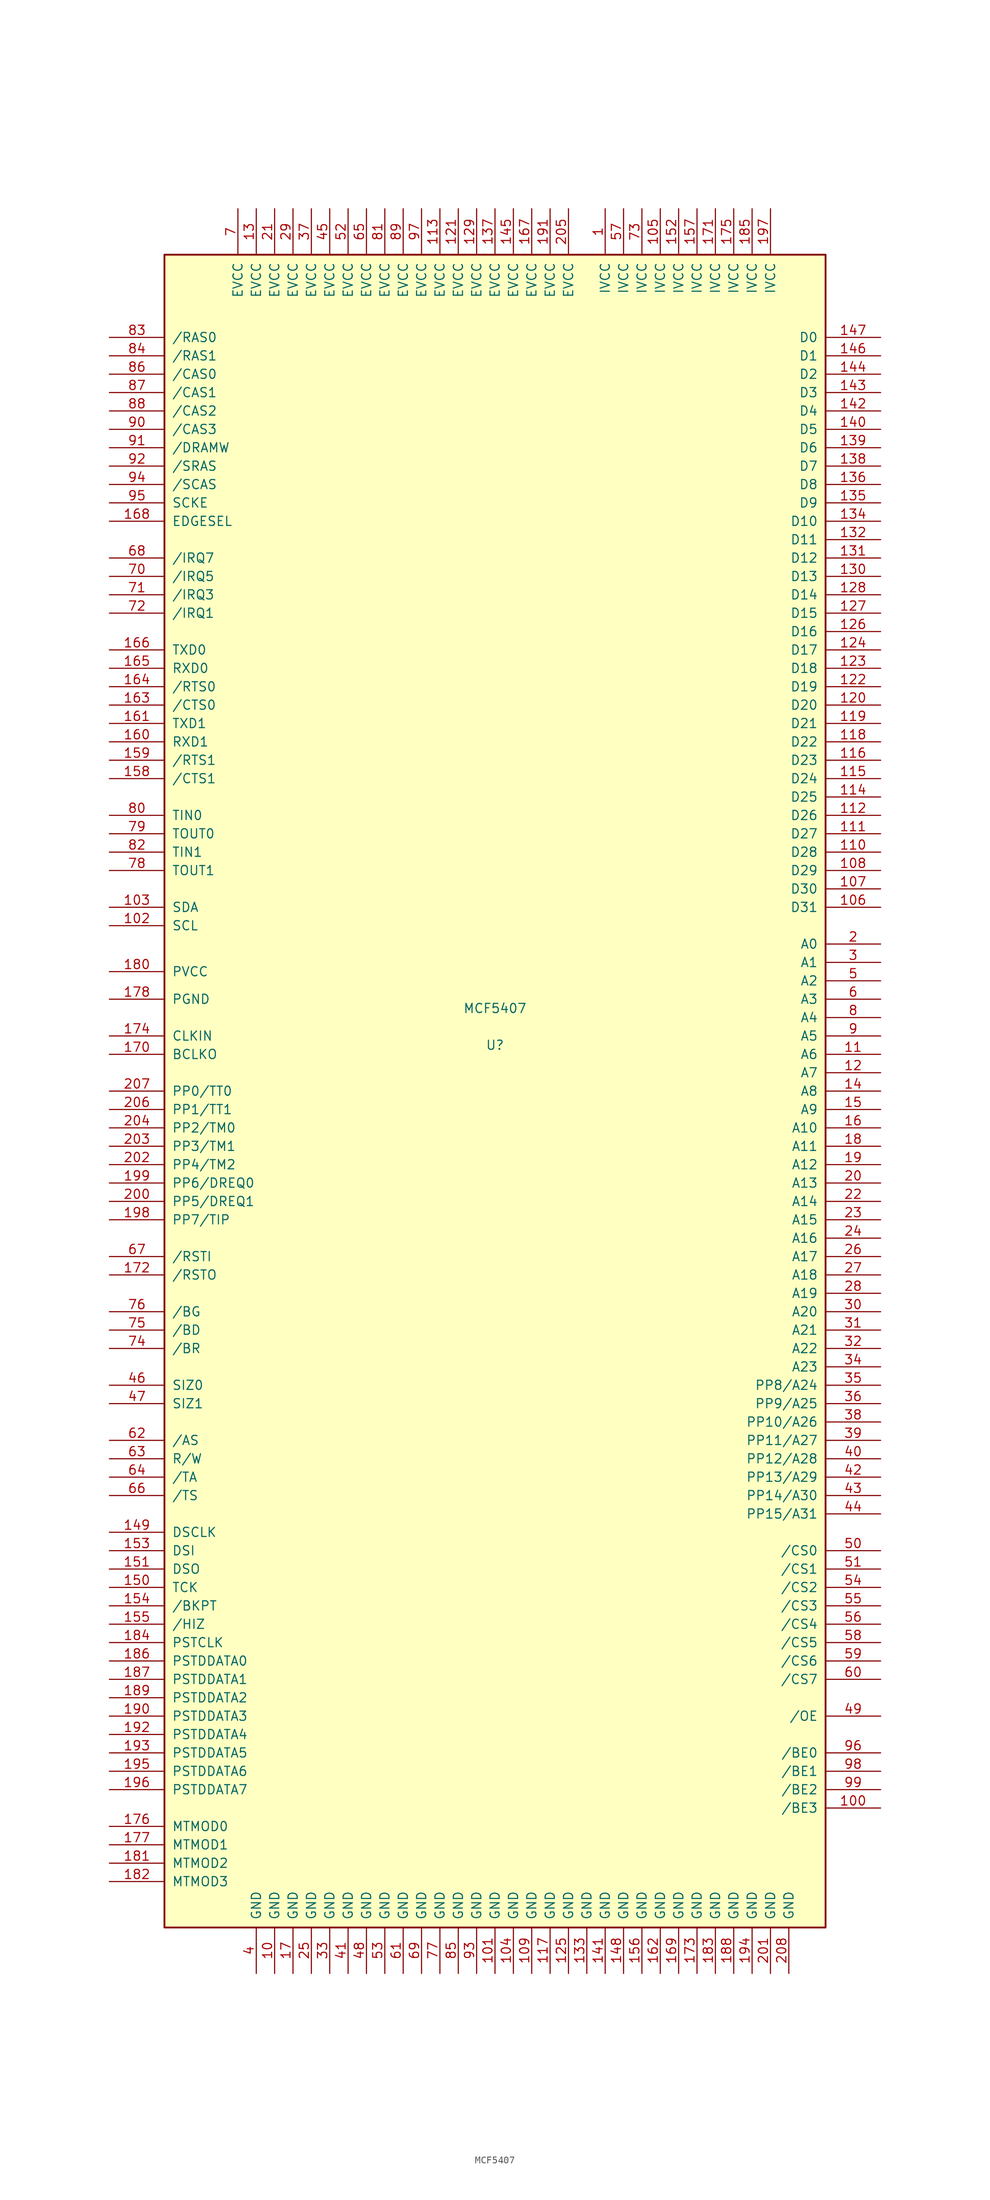
<source format=kicad_sym>
(kicad_symbol_lib
  (version 20201005)
  (generator kicad_symbol_editor)
  (symbol "MCU_NXP_ColdFire:MCF5407"
    (pin_names
      (offset 1.016))
    (property "Reference" "U"
      (at 0 6.35 0)
      (effects (font (size 1.27 1.27))))
    (property "Value" "MCF5407"
      (at 0 11.43 0)
      (effects (font (size 1.27 1.27))))
    (symbol "MCF5407_0_1"
      (rectangle (start -45.72 115.57) (end 45.72 -115.57) (stroke (width 0.254)) (fill (type background))))
    (symbol "MCF5407_1_1"
      (pin power_in line (at 15.24 121.92 270) (length 6.35) (name "IVCC" (effects (font (size 1.27 1.27)))) (number "1" (effects (font (size 1.27 1.27)))))
      (pin power_in line (at -30.48 -121.92 90) (length 6.35) (name "GND" (effects (font (size 1.27 1.27)))) (number "10" (effects (font (size 1.27 1.27)))))
      (pin bidirectional line (at 53.34 -99.06 180) (length 7.62) (name "/BE3" (effects (font (size 1.27 1.27)))) (number "100" (effects (font (size 1.27 1.27)))))
      (pin power_in line (at 0 -121.92 90) (length 6.35) (name "GND" (effects (font (size 1.27 1.27)))) (number "101" (effects (font (size 1.27 1.27)))))
      (pin bidirectional line (at -53.34 22.86 0) (length 7.62) (name "SCL" (effects (font (size 1.27 1.27)))) (number "102" (effects (font (size 1.27 1.27)))))
      (pin bidirectional line (at -53.34 25.4 0) (length 7.62) (name "SDA" (effects (font (size 1.27 1.27)))) (number "103" (effects (font (size 1.27 1.27)))))
      (pin power_in line (at 2.54 -121.92 90) (length 6.35) (name "GND" (effects (font (size 1.27 1.27)))) (number "104" (effects (font (size 1.27 1.27)))))
      (pin power_in line (at 22.86 121.92 270) (length 6.35) (name "IVCC" (effects (font (size 1.27 1.27)))) (number "105" (effects (font (size 1.27 1.27)))))
      (pin bidirectional line (at 53.34 25.4 180) (length 7.62) (name "D31" (effects (font (size 1.27 1.27)))) (number "106" (effects (font (size 1.27 1.27)))))
      (pin bidirectional line (at 53.34 27.94 180) (length 7.62) (name "D30" (effects (font (size 1.27 1.27)))) (number "107" (effects (font (size 1.27 1.27)))))
      (pin bidirectional line (at 53.34 30.48 180) (length 7.62) (name "D29" (effects (font (size 1.27 1.27)))) (number "108" (effects (font (size 1.27 1.27)))))
      (pin power_in line (at 5.08 -121.92 90) (length 6.35) (name "GND" (effects (font (size 1.27 1.27)))) (number "109" (effects (font (size 1.27 1.27)))))
      (pin bidirectional line (at 53.34 5.08 180) (length 7.62) (name "A6" (effects (font (size 1.27 1.27)))) (number "11" (effects (font (size 1.27 1.27)))))
      (pin bidirectional line (at 53.34 33.02 180) (length 7.62) (name "D28" (effects (font (size 1.27 1.27)))) (number "110" (effects (font (size 1.27 1.27)))))
      (pin bidirectional line (at 53.34 35.56 180) (length 7.62) (name "D27" (effects (font (size 1.27 1.27)))) (number "111" (effects (font (size 1.27 1.27)))))
      (pin bidirectional line (at 53.34 38.1 180) (length 7.62) (name "D26" (effects (font (size 1.27 1.27)))) (number "112" (effects (font (size 1.27 1.27)))))
      (pin power_in line (at -7.62 121.92 270) (length 6.35) (name "EVCC" (effects (font (size 1.27 1.27)))) (number "113" (effects (font (size 1.27 1.27)))))
      (pin bidirectional line (at 53.34 40.64 180) (length 7.62) (name "D25" (effects (font (size 1.27 1.27)))) (number "114" (effects (font (size 1.27 1.27)))))
      (pin bidirectional line (at 53.34 43.18 180) (length 7.62) (name "D24" (effects (font (size 1.27 1.27)))) (number "115" (effects (font (size 1.27 1.27)))))
      (pin bidirectional line (at 53.34 45.72 180) (length 7.62) (name "D23" (effects (font (size 1.27 1.27)))) (number "116" (effects (font (size 1.27 1.27)))))
      (pin power_in line (at 7.62 -121.92 90) (length 6.35) (name "GND" (effects (font (size 1.27 1.27)))) (number "117" (effects (font (size 1.27 1.27)))))
      (pin bidirectional line (at 53.34 48.26 180) (length 7.62) (name "D22" (effects (font (size 1.27 1.27)))) (number "118" (effects (font (size 1.27 1.27)))))
      (pin bidirectional line (at 53.34 50.8 180) (length 7.62) (name "D21" (effects (font (size 1.27 1.27)))) (number "119" (effects (font (size 1.27 1.27)))))
      (pin bidirectional line (at 53.34 2.54 180) (length 7.62) (name "A7" (effects (font (size 1.27 1.27)))) (number "12" (effects (font (size 1.27 1.27)))))
      (pin bidirectional line (at 53.34 53.34 180) (length 7.62) (name "D20" (effects (font (size 1.27 1.27)))) (number "120" (effects (font (size 1.27 1.27)))))
      (pin power_in line (at -5.08 121.92 270) (length 6.35) (name "EVCC" (effects (font (size 1.27 1.27)))) (number "121" (effects (font (size 1.27 1.27)))))
      (pin bidirectional line (at 53.34 55.88 180) (length 7.62) (name "D19" (effects (font (size 1.27 1.27)))) (number "122" (effects (font (size 1.27 1.27)))))
      (pin bidirectional line (at 53.34 58.42 180) (length 7.62) (name "D18" (effects (font (size 1.27 1.27)))) (number "123" (effects (font (size 1.27 1.27)))))
      (pin bidirectional line (at 53.34 60.96 180) (length 7.62) (name "D17" (effects (font (size 1.27 1.27)))) (number "124" (effects (font (size 1.27 1.27)))))
      (pin power_in line (at 10.16 -121.92 90) (length 6.35) (name "GND" (effects (font (size 1.27 1.27)))) (number "125" (effects (font (size 1.27 1.27)))))
      (pin bidirectional line (at 53.34 63.5 180) (length 7.62) (name "D16" (effects (font (size 1.27 1.27)))) (number "126" (effects (font (size 1.27 1.27)))))
      (pin bidirectional line (at 53.34 66.04 180) (length 7.62) (name "D15" (effects (font (size 1.27 1.27)))) (number "127" (effects (font (size 1.27 1.27)))))
      (pin bidirectional line (at 53.34 68.58 180) (length 7.62) (name "D14" (effects (font (size 1.27 1.27)))) (number "128" (effects (font (size 1.27 1.27)))))
      (pin power_in line (at -2.54 121.92 270) (length 6.35) (name "EVCC" (effects (font (size 1.27 1.27)))) (number "129" (effects (font (size 1.27 1.27)))))
      (pin power_in line (at -33.02 121.92 270) (length 6.35) (name "EVCC" (effects (font (size 1.27 1.27)))) (number "13" (effects (font (size 1.27 1.27)))))
      (pin bidirectional line (at 53.34 71.12 180) (length 7.62) (name "D13" (effects (font (size 1.27 1.27)))) (number "130" (effects (font (size 1.27 1.27)))))
      (pin bidirectional line (at 53.34 73.66 180) (length 7.62) (name "D12" (effects (font (size 1.27 1.27)))) (number "131" (effects (font (size 1.27 1.27)))))
      (pin bidirectional line (at 53.34 76.2 180) (length 7.62) (name "D11" (effects (font (size 1.27 1.27)))) (number "132" (effects (font (size 1.27 1.27)))))
      (pin power_in line (at 12.7 -121.92 90) (length 6.35) (name "GND" (effects (font (size 1.27 1.27)))) (number "133" (effects (font (size 1.27 1.27)))))
      (pin bidirectional line (at 53.34 78.74 180) (length 7.62) (name "D10" (effects (font (size 1.27 1.27)))) (number "134" (effects (font (size 1.27 1.27)))))
      (pin bidirectional line (at 53.34 81.28 180) (length 7.62) (name "D9" (effects (font (size 1.27 1.27)))) (number "135" (effects (font (size 1.27 1.27)))))
      (pin bidirectional line (at 53.34 83.82 180) (length 7.62) (name "D8" (effects (font (size 1.27 1.27)))) (number "136" (effects (font (size 1.27 1.27)))))
      (pin power_in line (at 0 121.92 270) (length 6.35) (name "EVCC" (effects (font (size 1.27 1.27)))) (number "137" (effects (font (size 1.27 1.27)))))
      (pin bidirectional line (at 53.34 86.36 180) (length 7.62) (name "D7" (effects (font (size 1.27 1.27)))) (number "138" (effects (font (size 1.27 1.27)))))
      (pin bidirectional line (at 53.34 88.9 180) (length 7.62) (name "D6" (effects (font (size 1.27 1.27)))) (number "139" (effects (font (size 1.27 1.27)))))
      (pin bidirectional line (at 53.34 0 180) (length 7.62) (name "A8" (effects (font (size 1.27 1.27)))) (number "14" (effects (font (size 1.27 1.27)))))
      (pin bidirectional line (at 53.34 91.44 180) (length 7.62) (name "D5" (effects (font (size 1.27 1.27)))) (number "140" (effects (font (size 1.27 1.27)))))
      (pin power_in line (at 15.24 -121.92 90) (length 6.35) (name "GND" (effects (font (size 1.27 1.27)))) (number "141" (effects (font (size 1.27 1.27)))))
      (pin bidirectional line (at 53.34 93.98 180) (length 7.62) (name "D4" (effects (font (size 1.27 1.27)))) (number "142" (effects (font (size 1.27 1.27)))))
      (pin bidirectional line (at 53.34 96.52 180) (length 7.62) (name "D3" (effects (font (size 1.27 1.27)))) (number "143" (effects (font (size 1.27 1.27)))))
      (pin bidirectional line (at 53.34 99.06 180) (length 7.62) (name "D2" (effects (font (size 1.27 1.27)))) (number "144" (effects (font (size 1.27 1.27)))))
      (pin power_in line (at 2.54 121.92 270) (length 6.35) (name "EVCC" (effects (font (size 1.27 1.27)))) (number "145" (effects (font (size 1.27 1.27)))))
      (pin bidirectional line (at 53.34 101.6 180) (length 7.62) (name "D1" (effects (font (size 1.27 1.27)))) (number "146" (effects (font (size 1.27 1.27)))))
      (pin bidirectional line (at 53.34 104.14 180) (length 7.62) (name "D0" (effects (font (size 1.27 1.27)))) (number "147" (effects (font (size 1.27 1.27)))))
      (pin power_in line (at 17.78 -121.92 90) (length 6.35) (name "GND" (effects (font (size 1.27 1.27)))) (number "148" (effects (font (size 1.27 1.27)))))
      (pin input line (at -53.34 -60.96 0) (length 7.62) (name "DSCLK" (effects (font (size 1.27 1.27)))) (number "149" (effects (font (size 1.27 1.27)))))
      (pin bidirectional line (at 53.34 -2.54 180) (length 7.62) (name "A9" (effects (font (size 1.27 1.27)))) (number "15" (effects (font (size 1.27 1.27)))))
      (pin input line (at -53.34 -68.58 0) (length 7.62) (name "TCK" (effects (font (size 1.27 1.27)))) (number "150" (effects (font (size 1.27 1.27)))))
      (pin output line (at -53.34 -66.04 0) (length 7.62) (name "DSO" (effects (font (size 1.27 1.27)))) (number "151" (effects (font (size 1.27 1.27)))))
      (pin power_in line (at 25.4 121.92 270) (length 6.35) (name "IVCC" (effects (font (size 1.27 1.27)))) (number "152" (effects (font (size 1.27 1.27)))))
      (pin input line (at -53.34 -63.5 0) (length 7.62) (name "DSI" (effects (font (size 1.27 1.27)))) (number "153" (effects (font (size 1.27 1.27)))))
      (pin input line (at -53.34 -71.12 0) (length 7.62) (name "/BKPT" (effects (font (size 1.27 1.27)))) (number "154" (effects (font (size 1.27 1.27)))))
      (pin input line (at -53.34 -73.66 0) (length 7.62) (name "/HIZ" (effects (font (size 1.27 1.27)))) (number "155" (effects (font (size 1.27 1.27)))))
      (pin power_in line (at 20.32 -121.92 90) (length 6.35) (name "GND" (effects (font (size 1.27 1.27)))) (number "156" (effects (font (size 1.27 1.27)))))
      (pin power_in line (at 27.94 121.92 270) (length 6.35) (name "IVCC" (effects (font (size 1.27 1.27)))) (number "157" (effects (font (size 1.27 1.27)))))
      (pin input line (at -53.34 43.18 0) (length 7.62) (name "/CTS1" (effects (font (size 1.27 1.27)))) (number "158" (effects (font (size 1.27 1.27)))))
      (pin output line (at -53.34 45.72 0) (length 7.62) (name "/RTS1" (effects (font (size 1.27 1.27)))) (number "159" (effects (font (size 1.27 1.27)))))
      (pin bidirectional line (at 53.34 -5.08 180) (length 7.62) (name "A10" (effects (font (size 1.27 1.27)))) (number "16" (effects (font (size 1.27 1.27)))))
      (pin input line (at -53.34 48.26 0) (length 7.62) (name "RXD1" (effects (font (size 1.27 1.27)))) (number "160" (effects (font (size 1.27 1.27)))))
      (pin output line (at -53.34 50.8 0) (length 7.62) (name "TXD1" (effects (font (size 1.27 1.27)))) (number "161" (effects (font (size 1.27 1.27)))))
      (pin power_in line (at 22.86 -121.92 90) (length 6.35) (name "GND" (effects (font (size 1.27 1.27)))) (number "162" (effects (font (size 1.27 1.27)))))
      (pin input line (at -53.34 53.34 0) (length 7.62) (name "/CTS0" (effects (font (size 1.27 1.27)))) (number "163" (effects (font (size 1.27 1.27)))))
      (pin output line (at -53.34 55.88 0) (length 7.62) (name "/RTS0" (effects (font (size 1.27 1.27)))) (number "164" (effects (font (size 1.27 1.27)))))
      (pin input line (at -53.34 58.42 0) (length 7.62) (name "RXD0" (effects (font (size 1.27 1.27)))) (number "165" (effects (font (size 1.27 1.27)))))
      (pin output line (at -53.34 60.96 0) (length 7.62) (name "TXD0" (effects (font (size 1.27 1.27)))) (number "166" (effects (font (size 1.27 1.27)))))
      (pin power_in line (at 5.08 121.92 270) (length 6.35) (name "EVCC" (effects (font (size 1.27 1.27)))) (number "167" (effects (font (size 1.27 1.27)))))
      (pin input line (at -53.34 78.74 0) (length 7.62) (name "EDGESEL" (effects (font (size 1.27 1.27)))) (number "168" (effects (font (size 1.27 1.27)))))
      (pin power_in line (at 25.4 -121.92 90) (length 6.35) (name "GND" (effects (font (size 1.27 1.27)))) (number "169" (effects (font (size 1.27 1.27)))))
      (pin power_in line (at -27.94 -121.92 90) (length 6.35) (name "GND" (effects (font (size 1.27 1.27)))) (number "17" (effects (font (size 1.27 1.27)))))
      (pin output line (at -53.34 5.08 0) (length 7.62) (name "BCLKO" (effects (font (size 1.27 1.27)))) (number "170" (effects (font (size 1.27 1.27)))))
      (pin power_in line (at 30.48 121.92 270) (length 6.35) (name "IVCC" (effects (font (size 1.27 1.27)))) (number "171" (effects (font (size 1.27 1.27)))))
      (pin output line (at -53.34 -25.4 0) (length 7.62) (name "/RSTO" (effects (font (size 1.27 1.27)))) (number "172" (effects (font (size 1.27 1.27)))))
      (pin power_in line (at 27.94 -121.92 90) (length 6.35) (name "GND" (effects (font (size 1.27 1.27)))) (number "173" (effects (font (size 1.27 1.27)))))
      (pin output line (at -53.34 7.62 0) (length 7.62) (name "CLKIN" (effects (font (size 1.27 1.27)))) (number "174" (effects (font (size 1.27 1.27)))))
      (pin power_in line (at 33.02 121.92 270) (length 6.35) (name "IVCC" (effects (font (size 1.27 1.27)))) (number "175" (effects (font (size 1.27 1.27)))))
      (pin input line (at -53.34 -101.6 0) (length 7.62) (name "MTMOD0" (effects (font (size 1.27 1.27)))) (number "176" (effects (font (size 1.27 1.27)))))
      (pin input line (at -53.34 -104.14 0) (length 7.62) (name "MTMOD1" (effects (font (size 1.27 1.27)))) (number "177" (effects (font (size 1.27 1.27)))))
      (pin passive line (at -53.34 12.7 0) (length 7.62) (name "PGND" (effects (font (size 1.27 1.27)))) (number "178" (effects (font (size 1.27 1.27)))))
      (pin bidirectional line (at 53.34 -7.62 180) (length 7.62) (name "A11" (effects (font (size 1.27 1.27)))) (number "18" (effects (font (size 1.27 1.27)))))
      (pin passive line (at -53.34 16.51 0) (length 7.62) (name "PVCC" (effects (font (size 1.27 1.27)))) (number "180" (effects (font (size 1.27 1.27)))))
      (pin input line (at -53.34 -106.68 0) (length 7.62) (name "MTMOD2" (effects (font (size 1.27 1.27)))) (number "181" (effects (font (size 1.27 1.27)))))
      (pin input line (at -53.34 -109.22 0) (length 7.62) (name "MTMOD3" (effects (font (size 1.27 1.27)))) (number "182" (effects (font (size 1.27 1.27)))))
      (pin power_in line (at 30.48 -121.92 90) (length 6.35) (name "GND" (effects (font (size 1.27 1.27)))) (number "183" (effects (font (size 1.27 1.27)))))
      (pin output line (at -53.34 -76.2 0) (length 7.62) (name "PSTCLK" (effects (font (size 1.27 1.27)))) (number "184" (effects (font (size 1.27 1.27)))))
      (pin power_in line (at 35.56 121.92 270) (length 6.35) (name "IVCC" (effects (font (size 1.27 1.27)))) (number "185" (effects (font (size 1.27 1.27)))))
      (pin output line (at -53.34 -78.74 0) (length 7.62) (name "PSTDDATA0" (effects (font (size 1.27 1.27)))) (number "186" (effects (font (size 1.27 1.27)))))
      (pin output line (at -53.34 -81.28 0) (length 7.62) (name "PSTDDATA1" (effects (font (size 1.27 1.27)))) (number "187" (effects (font (size 1.27 1.27)))))
      (pin power_in line (at 33.02 -121.92 90) (length 6.35) (name "GND" (effects (font (size 1.27 1.27)))) (number "188" (effects (font (size 1.27 1.27)))))
      (pin output line (at -53.34 -83.82 0) (length 7.62) (name "PSTDDATA2" (effects (font (size 1.27 1.27)))) (number "189" (effects (font (size 1.27 1.27)))))
      (pin bidirectional line (at 53.34 -10.16 180) (length 7.62) (name "A12" (effects (font (size 1.27 1.27)))) (number "19" (effects (font (size 1.27 1.27)))))
      (pin output line (at -53.34 -86.36 0) (length 7.62) (name "PSTDDATA3" (effects (font (size 1.27 1.27)))) (number "190" (effects (font (size 1.27 1.27)))))
      (pin power_in line (at 7.62 121.92 270) (length 6.35) (name "EVCC" (effects (font (size 1.27 1.27)))) (number "191" (effects (font (size 1.27 1.27)))))
      (pin output line (at -53.34 -88.9 0) (length 7.62) (name "PSTDDATA4" (effects (font (size 1.27 1.27)))) (number "192" (effects (font (size 1.27 1.27)))))
      (pin output line (at -53.34 -91.44 0) (length 7.62) (name "PSTDDATA5" (effects (font (size 1.27 1.27)))) (number "193" (effects (font (size 1.27 1.27)))))
      (pin power_in line (at 35.56 -121.92 90) (length 6.35) (name "GND" (effects (font (size 1.27 1.27)))) (number "194" (effects (font (size 1.27 1.27)))))
      (pin output line (at -53.34 -93.98 0) (length 7.62) (name "PSTDDATA6" (effects (font (size 1.27 1.27)))) (number "195" (effects (font (size 1.27 1.27)))))
      (pin output line (at -53.34 -96.52 0) (length 7.62) (name "PSTDDATA7" (effects (font (size 1.27 1.27)))) (number "196" (effects (font (size 1.27 1.27)))))
      (pin power_in line (at 38.1 121.92 270) (length 6.35) (name "IVCC" (effects (font (size 1.27 1.27)))) (number "197" (effects (font (size 1.27 1.27)))))
      (pin bidirectional line (at -53.34 -17.78 0) (length 7.62) (name "PP7/TIP" (effects (font (size 1.27 1.27)))) (number "198" (effects (font (size 1.27 1.27)))))
      (pin bidirectional line (at -53.34 -12.7 0) (length 7.62) (name "PP6/DREQ0" (effects (font (size 1.27 1.27)))) (number "199" (effects (font (size 1.27 1.27)))))
      (pin bidirectional line (at 53.34 20.32 180) (length 7.62) (name "A0" (effects (font (size 1.27 1.27)))) (number "2" (effects (font (size 1.27 1.27)))))
      (pin bidirectional line (at 53.34 -12.7 180) (length 7.62) (name "A13" (effects (font (size 1.27 1.27)))) (number "20" (effects (font (size 1.27 1.27)))))
      (pin bidirectional line (at -53.34 -15.24 0) (length 7.62) (name "PP5/DREQ1" (effects (font (size 1.27 1.27)))) (number "200" (effects (font (size 1.27 1.27)))))
      (pin power_in line (at 38.1 -121.92 90) (length 6.35) (name "GND" (effects (font (size 1.27 1.27)))) (number "201" (effects (font (size 1.27 1.27)))))
      (pin bidirectional line (at -53.34 -10.16 0) (length 7.62) (name "PP4/TM2" (effects (font (size 1.27 1.27)))) (number "202" (effects (font (size 1.27 1.27)))))
      (pin bidirectional line (at -53.34 -7.62 0) (length 7.62) (name "PP3/TM1" (effects (font (size 1.27 1.27)))) (number "203" (effects (font (size 1.27 1.27)))))
      (pin bidirectional line (at -53.34 -5.08 0) (length 7.62) (name "PP2/TM0" (effects (font (size 1.27 1.27)))) (number "204" (effects (font (size 1.27 1.27)))))
      (pin power_in line (at 10.16 121.92 270) (length 6.35) (name "EVCC" (effects (font (size 1.27 1.27)))) (number "205" (effects (font (size 1.27 1.27)))))
      (pin bidirectional line (at -53.34 -2.54 0) (length 7.62) (name "PP1/TT1" (effects (font (size 1.27 1.27)))) (number "206" (effects (font (size 1.27 1.27)))))
      (pin bidirectional line (at -53.34 0 0) (length 7.62) (name "PP0/TT0" (effects (font (size 1.27 1.27)))) (number "207" (effects (font (size 1.27 1.27)))))
      (pin power_in line (at 40.64 -121.92 90) (length 6.35) (name "GND" (effects (font (size 1.27 1.27)))) (number "208" (effects (font (size 1.27 1.27)))))
      (pin power_in line (at -30.48 121.92 270) (length 6.35) (name "EVCC" (effects (font (size 1.27 1.27)))) (number "21" (effects (font (size 1.27 1.27)))))
      (pin bidirectional line (at 53.34 -15.24 180) (length 7.62) (name "A14" (effects (font (size 1.27 1.27)))) (number "22" (effects (font (size 1.27 1.27)))))
      (pin bidirectional line (at 53.34 -17.78 180) (length 7.62) (name "A15" (effects (font (size 1.27 1.27)))) (number "23" (effects (font (size 1.27 1.27)))))
      (pin bidirectional line (at 53.34 -20.32 180) (length 7.62) (name "A16" (effects (font (size 1.27 1.27)))) (number "24" (effects (font (size 1.27 1.27)))))
      (pin power_in line (at -25.4 -121.92 90) (length 6.35) (name "GND" (effects (font (size 1.27 1.27)))) (number "25" (effects (font (size 1.27 1.27)))))
      (pin bidirectional line (at 53.34 -22.86 180) (length 7.62) (name "A17" (effects (font (size 1.27 1.27)))) (number "26" (effects (font (size 1.27 1.27)))))
      (pin bidirectional line (at 53.34 -25.4 180) (length 7.62) (name "A18" (effects (font (size 1.27 1.27)))) (number "27" (effects (font (size 1.27 1.27)))))
      (pin bidirectional line (at 53.34 -27.94 180) (length 7.62) (name "A19" (effects (font (size 1.27 1.27)))) (number "28" (effects (font (size 1.27 1.27)))))
      (pin power_in line (at -27.94 121.92 270) (length 6.35) (name "EVCC" (effects (font (size 1.27 1.27)))) (number "29" (effects (font (size 1.27 1.27)))))
      (pin bidirectional line (at 53.34 17.78 180) (length 7.62) (name "A1" (effects (font (size 1.27 1.27)))) (number "3" (effects (font (size 1.27 1.27)))))
      (pin bidirectional line (at 53.34 -30.48 180) (length 7.62) (name "A20" (effects (font (size 1.27 1.27)))) (number "30" (effects (font (size 1.27 1.27)))))
      (pin bidirectional line (at 53.34 -33.02 180) (length 7.62) (name "A21" (effects (font (size 1.27 1.27)))) (number "31" (effects (font (size 1.27 1.27)))))
      (pin bidirectional line (at 53.34 -35.56 180) (length 7.62) (name "A22" (effects (font (size 1.27 1.27)))) (number "32" (effects (font (size 1.27 1.27)))))
      (pin power_in line (at -22.86 -121.92 90) (length 6.35) (name "GND" (effects (font (size 1.27 1.27)))) (number "33" (effects (font (size 1.27 1.27)))))
      (pin bidirectional line (at 53.34 -38.1 180) (length 7.62) (name "A23" (effects (font (size 1.27 1.27)))) (number "34" (effects (font (size 1.27 1.27)))))
      (pin bidirectional line (at 53.34 -40.64 180) (length 7.62) (name "PP8/A24" (effects (font (size 1.27 1.27)))) (number "35" (effects (font (size 1.27 1.27)))))
      (pin bidirectional line (at 53.34 -43.18 180) (length 7.62) (name "PP9/A25" (effects (font (size 1.27 1.27)))) (number "36" (effects (font (size 1.27 1.27)))))
      (pin power_in line (at -25.4 121.92 270) (length 6.35) (name "EVCC" (effects (font (size 1.27 1.27)))) (number "37" (effects (font (size 1.27 1.27)))))
      (pin bidirectional line (at 53.34 -45.72 180) (length 7.62) (name "PP10/A26" (effects (font (size 1.27 1.27)))) (number "38" (effects (font (size 1.27 1.27)))))
      (pin bidirectional line (at 53.34 -48.26 180) (length 7.62) (name "PP11/A27" (effects (font (size 1.27 1.27)))) (number "39" (effects (font (size 1.27 1.27)))))
      (pin power_in line (at -33.02 -121.92 90) (length 6.35) (name "GND" (effects (font (size 1.27 1.27)))) (number "4" (effects (font (size 1.27 1.27)))))
      (pin bidirectional line (at 53.34 -50.8 180) (length 7.62) (name "PP12/A28" (effects (font (size 1.27 1.27)))) (number "40" (effects (font (size 1.27 1.27)))))
      (pin power_in line (at -20.32 -121.92 90) (length 6.35) (name "GND" (effects (font (size 1.27 1.27)))) (number "41" (effects (font (size 1.27 1.27)))))
      (pin bidirectional line (at 53.34 -53.34 180) (length 7.62) (name "PP13/A29" (effects (font (size 1.27 1.27)))) (number "42" (effects (font (size 1.27 1.27)))))
      (pin bidirectional line (at 53.34 -55.88 180) (length 7.62) (name "PP14/A30" (effects (font (size 1.27 1.27)))) (number "43" (effects (font (size 1.27 1.27)))))
      (pin bidirectional line (at 53.34 -58.42 180) (length 7.62) (name "PP15/A31" (effects (font (size 1.27 1.27)))) (number "44" (effects (font (size 1.27 1.27)))))
      (pin power_in line (at -22.86 121.92 270) (length 6.35) (name "EVCC" (effects (font (size 1.27 1.27)))) (number "45" (effects (font (size 1.27 1.27)))))
      (pin bidirectional line (at -53.34 -40.64 0) (length 7.62) (name "SIZ0" (effects (font (size 1.27 1.27)))) (number "46" (effects (font (size 1.27 1.27)))))
      (pin bidirectional line (at -53.34 -43.18 0) (length 7.62) (name "SIZ1" (effects (font (size 1.27 1.27)))) (number "47" (effects (font (size 1.27 1.27)))))
      (pin power_in line (at -17.78 -121.92 90) (length 6.35) (name "GND" (effects (font (size 1.27 1.27)))) (number "48" (effects (font (size 1.27 1.27)))))
      (pin output line (at 53.34 -86.36 180) (length 7.62) (name "/OE" (effects (font (size 1.27 1.27)))) (number "49" (effects (font (size 1.27 1.27)))))
      (pin bidirectional line (at 53.34 15.24 180) (length 7.62) (name "A2" (effects (font (size 1.27 1.27)))) (number "5" (effects (font (size 1.27 1.27)))))
      (pin output line (at 53.34 -63.5 180) (length 7.62) (name "/CS0" (effects (font (size 1.27 1.27)))) (number "50" (effects (font (size 1.27 1.27)))))
      (pin output line (at 53.34 -66.04 180) (length 7.62) (name "/CS1" (effects (font (size 1.27 1.27)))) (number "51" (effects (font (size 1.27 1.27)))))
      (pin power_in line (at -20.32 121.92 270) (length 6.35) (name "EVCC" (effects (font (size 1.27 1.27)))) (number "52" (effects (font (size 1.27 1.27)))))
      (pin power_in line (at -15.24 -121.92 90) (length 6.35) (name "GND" (effects (font (size 1.27 1.27)))) (number "53" (effects (font (size 1.27 1.27)))))
      (pin output line (at 53.34 -68.58 180) (length 7.62) (name "/CS2" (effects (font (size 1.27 1.27)))) (number "54" (effects (font (size 1.27 1.27)))))
      (pin output line (at 53.34 -71.12 180) (length 7.62) (name "/CS3" (effects (font (size 1.27 1.27)))) (number "55" (effects (font (size 1.27 1.27)))))
      (pin output line (at 53.34 -73.66 180) (length 7.62) (name "/CS4" (effects (font (size 1.27 1.27)))) (number "56" (effects (font (size 1.27 1.27)))))
      (pin power_in line (at 17.78 121.92 270) (length 6.35) (name "IVCC" (effects (font (size 1.27 1.27)))) (number "57" (effects (font (size 1.27 1.27)))))
      (pin output line (at 53.34 -76.2 180) (length 7.62) (name "/CS5" (effects (font (size 1.27 1.27)))) (number "58" (effects (font (size 1.27 1.27)))))
      (pin output line (at 53.34 -78.74 180) (length 7.62) (name "/CS6" (effects (font (size 1.27 1.27)))) (number "59" (effects (font (size 1.27 1.27)))))
      (pin bidirectional line (at 53.34 12.7 180) (length 7.62) (name "A3" (effects (font (size 1.27 1.27)))) (number "6" (effects (font (size 1.27 1.27)))))
      (pin output line (at 53.34 -81.28 180) (length 7.62) (name "/CS7" (effects (font (size 1.27 1.27)))) (number "60" (effects (font (size 1.27 1.27)))))
      (pin power_in line (at -12.7 -121.92 90) (length 6.35) (name "GND" (effects (font (size 1.27 1.27)))) (number "61" (effects (font (size 1.27 1.27)))))
      (pin bidirectional line (at -53.34 -48.26 0) (length 7.62) (name "/AS" (effects (font (size 1.27 1.27)))) (number "62" (effects (font (size 1.27 1.27)))))
      (pin bidirectional line (at -53.34 -50.8 0) (length 7.62) (name "R/W" (effects (font (size 1.27 1.27)))) (number "63" (effects (font (size 1.27 1.27)))))
      (pin bidirectional line (at -53.34 -53.34 0) (length 7.62) (name "/TA" (effects (font (size 1.27 1.27)))) (number "64" (effects (font (size 1.27 1.27)))))
      (pin power_in line (at -17.78 121.92 270) (length 6.35) (name "EVCC" (effects (font (size 1.27 1.27)))) (number "65" (effects (font (size 1.27 1.27)))))
      (pin bidirectional line (at -53.34 -55.88 0) (length 7.62) (name "/TS" (effects (font (size 1.27 1.27)))) (number "66" (effects (font (size 1.27 1.27)))))
      (pin input line (at -53.34 -22.86 0) (length 7.62) (name "/RSTI" (effects (font (size 1.27 1.27)))) (number "67" (effects (font (size 1.27 1.27)))))
      (pin input line (at -53.34 73.66 0) (length 7.62) (name "/IRQ7" (effects (font (size 1.27 1.27)))) (number "68" (effects (font (size 1.27 1.27)))))
      (pin power_in line (at -10.16 -121.92 90) (length 6.35) (name "GND" (effects (font (size 1.27 1.27)))) (number "69" (effects (font (size 1.27 1.27)))))
      (pin power_in line (at -35.56 121.92 270) (length 6.35) (name "EVCC" (effects (font (size 1.27 1.27)))) (number "7" (effects (font (size 1.27 1.27)))))
      (pin input line (at -53.34 71.12 0) (length 7.62) (name "/IRQ5" (effects (font (size 1.27 1.27)))) (number "70" (effects (font (size 1.27 1.27)))))
      (pin input line (at -53.34 68.58 0) (length 7.62) (name "/IRQ3" (effects (font (size 1.27 1.27)))) (number "71" (effects (font (size 1.27 1.27)))))
      (pin input line (at -53.34 66.04 0) (length 7.62) (name "/IRQ1" (effects (font (size 1.27 1.27)))) (number "72" (effects (font (size 1.27 1.27)))))
      (pin power_in line (at 20.32 121.92 270) (length 6.35) (name "IVCC" (effects (font (size 1.27 1.27)))) (number "73" (effects (font (size 1.27 1.27)))))
      (pin output line (at -53.34 -35.56 0) (length 7.62) (name "/BR" (effects (font (size 1.27 1.27)))) (number "74" (effects (font (size 1.27 1.27)))))
      (pin output line (at -53.34 -33.02 0) (length 7.62) (name "/BD" (effects (font (size 1.27 1.27)))) (number "75" (effects (font (size 1.27 1.27)))))
      (pin input line (at -53.34 -30.48 0) (length 7.62) (name "/BG" (effects (font (size 1.27 1.27)))) (number "76" (effects (font (size 1.27 1.27)))))
      (pin power_in line (at -7.62 -121.92 90) (length 6.35) (name "GND" (effects (font (size 1.27 1.27)))) (number "77" (effects (font (size 1.27 1.27)))))
      (pin output line (at -53.34 30.48 0) (length 7.62) (name "TOUT1" (effects (font (size 1.27 1.27)))) (number "78" (effects (font (size 1.27 1.27)))))
      (pin output line (at -53.34 35.56 0) (length 7.62) (name "TOUT0" (effects (font (size 1.27 1.27)))) (number "79" (effects (font (size 1.27 1.27)))))
      (pin bidirectional line (at 53.34 10.16 180) (length 7.62) (name "A4" (effects (font (size 1.27 1.27)))) (number "8" (effects (font (size 1.27 1.27)))))
      (pin input line (at -53.34 38.1 0) (length 7.62) (name "TIN0" (effects (font (size 1.27 1.27)))) (number "80" (effects (font (size 1.27 1.27)))))
      (pin power_in line (at -15.24 121.92 270) (length 6.35) (name "EVCC" (effects (font (size 1.27 1.27)))) (number "81" (effects (font (size 1.27 1.27)))))
      (pin input line (at -53.34 33.02 0) (length 7.62) (name "TIN1" (effects (font (size 1.27 1.27)))) (number "82" (effects (font (size 1.27 1.27)))))
      (pin output line (at -53.34 104.14 0) (length 7.62) (name "/RAS0" (effects (font (size 1.27 1.27)))) (number "83" (effects (font (size 1.27 1.27)))))
      (pin output line (at -53.34 101.6 0) (length 7.62) (name "/RAS1" (effects (font (size 1.27 1.27)))) (number "84" (effects (font (size 1.27 1.27)))))
      (pin power_in line (at -5.08 -121.92 90) (length 6.35) (name "GND" (effects (font (size 1.27 1.27)))) (number "85" (effects (font (size 1.27 1.27)))))
      (pin output line (at -53.34 99.06 0) (length 7.62) (name "/CAS0" (effects (font (size 1.27 1.27)))) (number "86" (effects (font (size 1.27 1.27)))))
      (pin output line (at -53.34 96.52 0) (length 7.62) (name "/CAS1" (effects (font (size 1.27 1.27)))) (number "87" (effects (font (size 1.27 1.27)))))
      (pin output line (at -53.34 93.98 0) (length 7.62) (name "/CAS2" (effects (font (size 1.27 1.27)))) (number "88" (effects (font (size 1.27 1.27)))))
      (pin power_in line (at -12.7 121.92 270) (length 6.35) (name "EVCC" (effects (font (size 1.27 1.27)))) (number "89" (effects (font (size 1.27 1.27)))))
      (pin bidirectional line (at 53.34 7.62 180) (length 7.62) (name "A5" (effects (font (size 1.27 1.27)))) (number "9" (effects (font (size 1.27 1.27)))))
      (pin output line (at -53.34 91.44 0) (length 7.62) (name "/CAS3" (effects (font (size 1.27 1.27)))) (number "90" (effects (font (size 1.27 1.27)))))
      (pin output line (at -53.34 88.9 0) (length 7.62) (name "/DRAMW" (effects (font (size 1.27 1.27)))) (number "91" (effects (font (size 1.27 1.27)))))
      (pin output line (at -53.34 86.36 0) (length 7.62) (name "/SRAS" (effects (font (size 1.27 1.27)))) (number "92" (effects (font (size 1.27 1.27)))))
      (pin power_in line (at -2.54 -121.92 90) (length 6.35) (name "GND" (effects (font (size 1.27 1.27)))) (number "93" (effects (font (size 1.27 1.27)))))
      (pin output line (at -53.34 83.82 0) (length 7.62) (name "/SCAS" (effects (font (size 1.27 1.27)))) (number "94" (effects (font (size 1.27 1.27)))))
      (pin output line (at -53.34 81.28 0) (length 7.62) (name "SCKE" (effects (font (size 1.27 1.27)))) (number "95" (effects (font (size 1.27 1.27)))))
      (pin bidirectional line (at 53.34 -91.44 180) (length 7.62) (name "/BE0" (effects (font (size 1.27 1.27)))) (number "96" (effects (font (size 1.27 1.27)))))
      (pin power_in line (at -10.16 121.92 270) (length 6.35) (name "EVCC" (effects (font (size 1.27 1.27)))) (number "97" (effects (font (size 1.27 1.27)))))
      (pin bidirectional line (at 53.34 -93.98 180) (length 7.62) (name "/BE1" (effects (font (size 1.27 1.27)))) (number "98" (effects (font (size 1.27 1.27)))))
      (pin bidirectional line (at 53.34 -96.52 180) (length 7.62) (name "/BE2" (effects (font (size 1.27 1.27)))) (number "99" (effects (font (size 1.27 1.27))))))))
</source>
